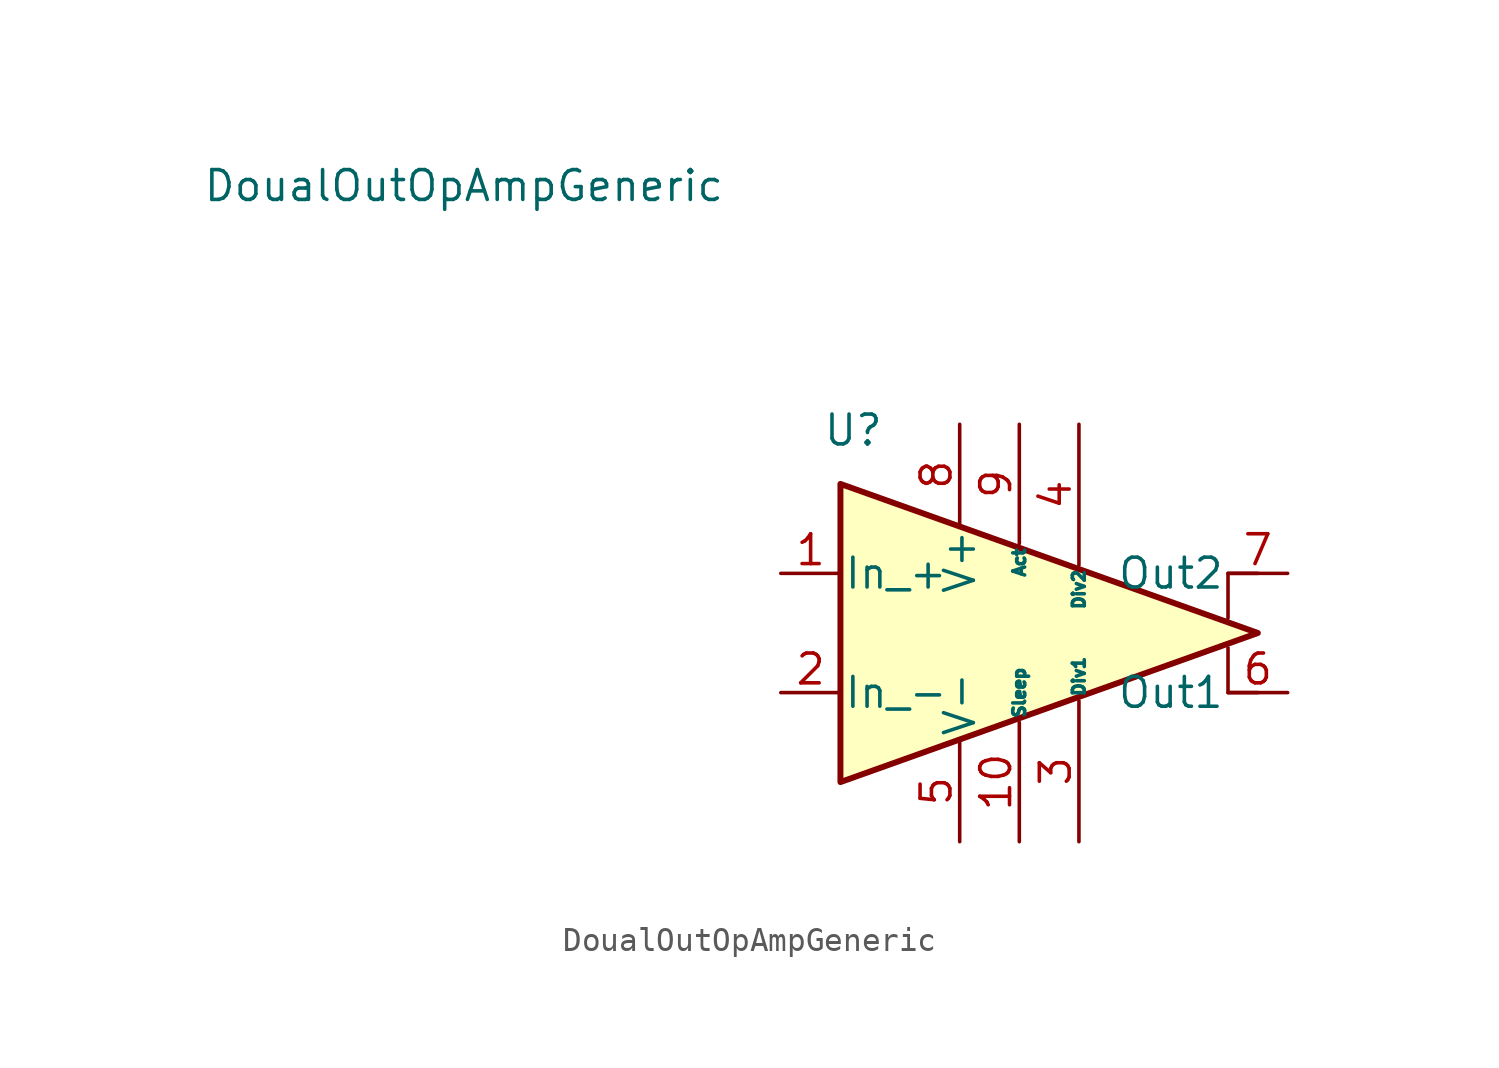
<source format=kicad_sym>
(kicad_symbol_lib
  (version 20231120)
  (generator "kicad_symbol_editor")
  (generator_version "8.0")
  (symbol "DoualOutOpAmpGeneric"
    (pin_names
      (offset 0.127))
    (property "Reference" "U"
      (at -5.842 8.636 0)
      (effects (font (size 1.27 1.27)) (justify left)))
    (property "Value" "DoualOutOpAmpGeneric"
      (at -32.258 19.05 0)
      (effects (font (size 1.27 1.27)) (justify left)))
    (symbol "DoualOutOpAmpGeneric_0_1"
      (polyline (pts (xy 12.7 -2.54) (xy 11.43 -2.54) (xy 11.43 -0.635)) (stroke (width 0) (type default)) (fill (type none)))
      (polyline (pts (xy 12.7 2.54) (xy 11.43 2.54) (xy 11.43 0.635)) (stroke (width 0) (type default)) (fill (type none)))
      (polyline (pts (xy 12.7 0) (xy -5.08 6.35) (xy -5.08 -6.35) (xy 12.7 0)) (stroke (width 0.254) (type default)) (fill (type background))))
    (symbol "DoualOutOpAmpGeneric_1_1"
      (pin input line (at -7.62 2.54 0) (length 2.54) (name "In_+" (effects (font (size 1.27 1.27)))) (number "1" (effects (font (size 1.27 1.27)))))
      (pin passive line (at 2.54 -8.89 90) (length 5.08) (name "Sleep" (effects (font (size 0.508 0.508)))) (number "10" (effects (font (size 1.27 1.27)))))
      (pin input line (at -7.62 -2.54 0) (length 2.54) (name "In_-" (effects (font (size 1.27 1.27)))) (number "2" (effects (font (size 1.27 1.27)))))
      (pin passive line (at 5.08 -8.89 90) (length 6) (name "Div1" (effects (font (size 0.508 0.508)))) (number "3" (effects (font (size 1.27 1.27)))))
      (pin passive line (at 5.08 8.89 270) (length 6) (name "Div2" (effects (font (size 0.508 0.508)))) (number "4" (effects (font (size 1.27 1.27)))))
      (pin power_in line (at 0 -8.89 90) (length 4.3) (name "V-" (effects (font (size 1.27 1.27)))) (number "5" (effects (font (size 1.27 1.27)))))
      (pin output line (at 13.97 -2.54 180) (length 2.54) (name "Out1" (effects (font (size 1.27 1.27)))) (number "6" (effects (font (size 1.27 1.27)))))
      (pin output line (at 13.97 2.54 180) (length 2.54) (name "Out2" (effects (font (size 1.27 1.27)))) (number "7" (effects (font (size 1.27 1.27)))))
      (pin power_in line (at 0 8.89 270) (length 4.3) (name "V+" (effects (font (size 1.27 1.27)))) (number "8" (effects (font (size 1.27 1.27)))))
      (pin passive line (at 2.54 8.89 270) (length 5.08) (name "Act" (effects (font (size 0.508 0.508)))) (number "9" (effects (font (size 1.27 1.27))))))))
</source>
